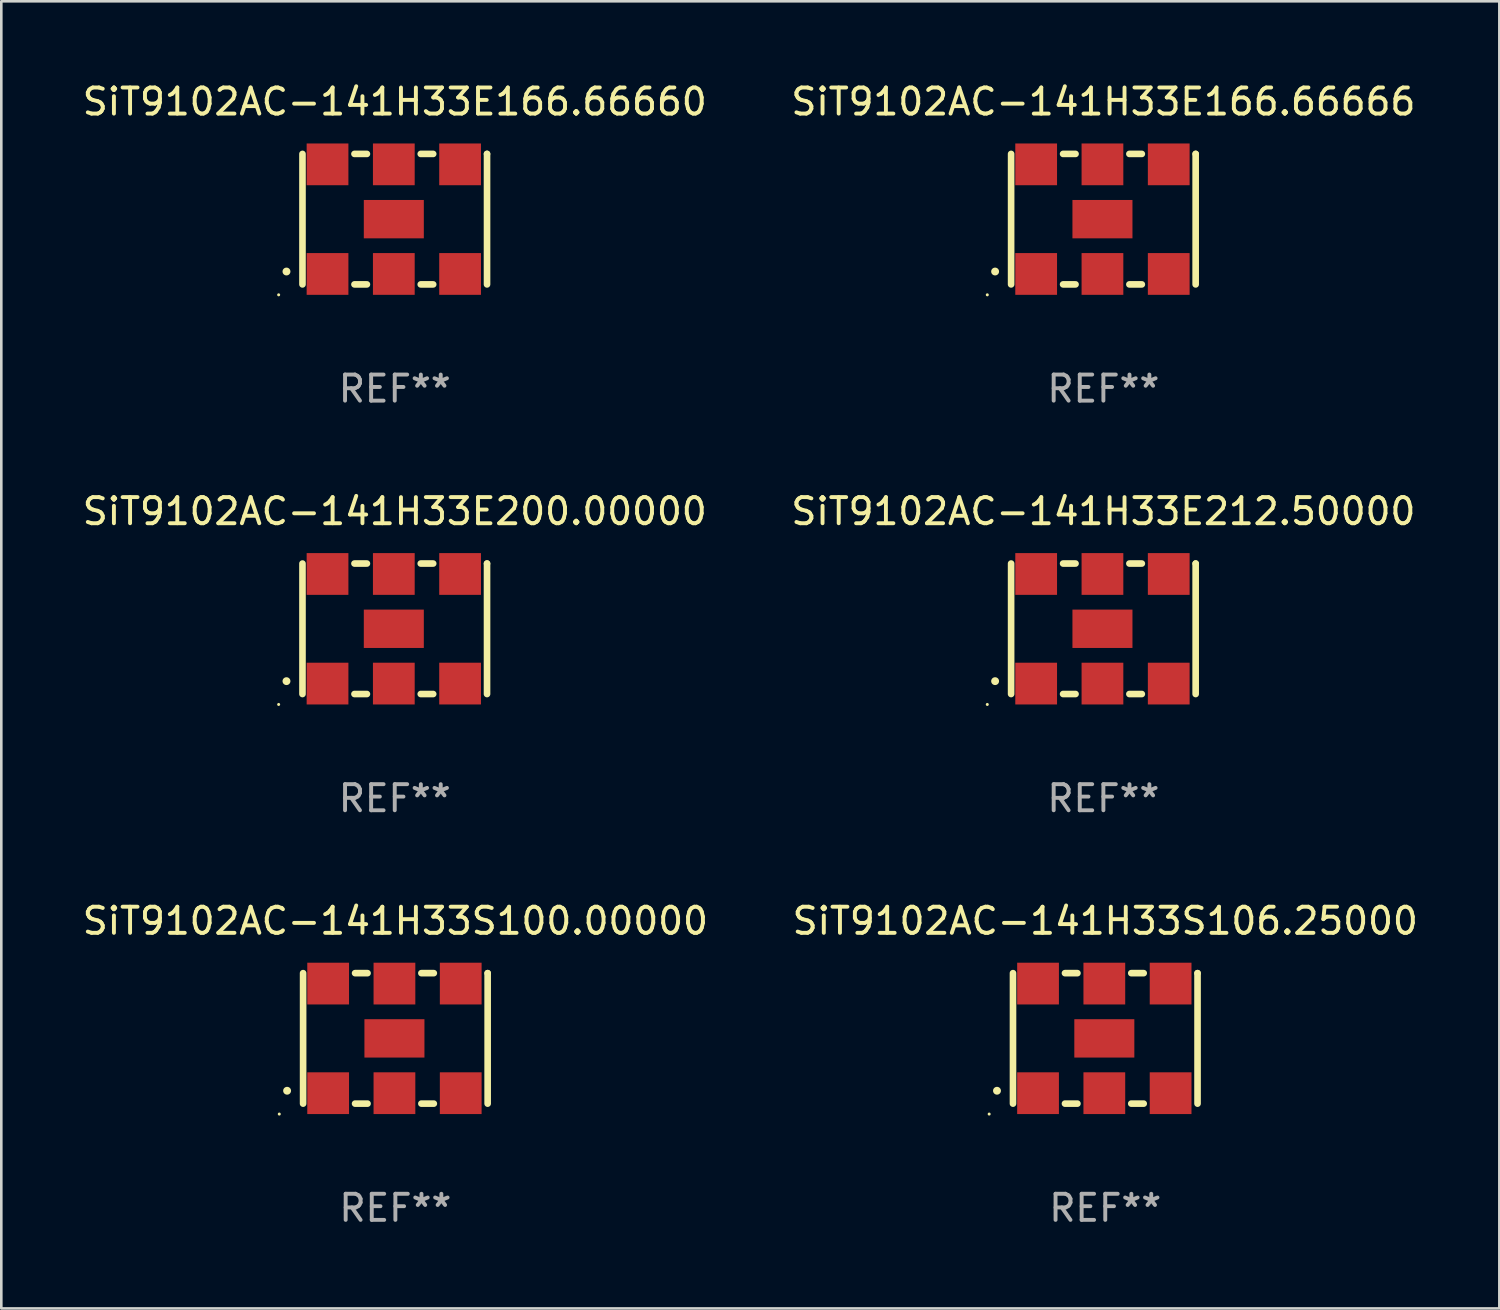
<source format=kicad_pcb>
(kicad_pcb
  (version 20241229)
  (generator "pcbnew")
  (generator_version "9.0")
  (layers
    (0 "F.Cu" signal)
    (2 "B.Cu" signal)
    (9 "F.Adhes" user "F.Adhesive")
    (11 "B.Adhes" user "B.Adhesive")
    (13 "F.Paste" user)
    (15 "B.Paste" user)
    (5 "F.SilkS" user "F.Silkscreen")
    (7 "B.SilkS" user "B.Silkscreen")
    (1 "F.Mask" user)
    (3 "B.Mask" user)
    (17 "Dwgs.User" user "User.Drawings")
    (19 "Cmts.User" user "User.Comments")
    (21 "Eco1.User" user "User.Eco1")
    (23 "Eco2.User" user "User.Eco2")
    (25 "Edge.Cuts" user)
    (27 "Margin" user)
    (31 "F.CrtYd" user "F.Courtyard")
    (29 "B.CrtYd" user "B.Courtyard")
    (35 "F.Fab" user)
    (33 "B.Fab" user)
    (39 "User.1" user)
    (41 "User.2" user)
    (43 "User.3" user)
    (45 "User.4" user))
  (footprint "SiT9102AC-141H33E212.50000"
    (layer "F.Cu")
    (at 39.232 21.045)
    (property "Reference" "SiT9102AC-141H33E212.50000" (at 0 -4.5 0) (layer "F.SilkS") (effects (font (size 1 1) (thickness 0.15))))
    (attr through_hole)
    (fp_line (start -3.536 -2.5) (end -3.536 2.5) (stroke (width 0.254) (type solid)) (layer "F.SilkS"))
    (fp_line (start -1.544 2.5) (end -1.067 2.5) (stroke (width 0.254) (type solid)) (layer "F.SilkS"))
    (fp_line (start -1.067 -2.5) (end -1.544 -2.5) (stroke (width 0.254) (type solid)) (layer "F.SilkS"))
    (fp_line (start 0.996 2.5) (end 1.473 2.5) (stroke (width 0.254) (type solid)) (layer "F.SilkS"))
    (fp_line (start 1.473 -2.5) (end 0.996 -2.5) (stroke (width 0.254) (type solid)) (layer "F.SilkS"))
    (fp_line (start 3.536 -2.5) (end 3.536 -2.5) (stroke (width 0.254) (type solid)) (layer "F.SilkS"))
    (fp_line (start 3.536 2.5) (end 3.536 -2.5) (stroke (width 0.254) (type solid)) (layer "F.SilkS"))
    (fp_arc (start -4.150432 2.006604) (mid -4.149162 2.006599) (end -4.147892 2.006604) (stroke (width 0.3) (type solid)) (layer "F.SilkS"))
    (fp_circle (center -4.449 2.9) (end -4.419 2.9) (stroke (width 0.06) (type solid)) (fill no) (layer "F.SilkS"))
    (fp_text user "REF**" (at 0 6.5 0) (layer "F.Fab") (effects (font (size 1 1) (thickness 0.15))))
    (pad "1" smd rect (at -2.576 2.1) (size 1.6 1.6) (layers "F.Cu" "F.Mask" "F.Paste"))
    (pad "2" smd rect (at -0.036 2.1) (size 1.6 1.6) (layers "F.Cu" "F.Mask" "F.Paste"))
    (pad "3" smd rect (at 2.504 2.1) (size 1.6 1.6) (layers "F.Cu" "F.Mask" "F.Paste"))
    (pad "4" smd rect (at 2.504 -2.1) (size 1.6 1.6) (layers "F.Cu" "F.Mask" "F.Paste"))
    (pad "5" smd rect (at -0.036 -2.1) (size 1.6 1.6) (layers "F.Cu" "F.Mask" "F.Paste"))
    (pad "6" smd rect (at -2.576 -2.1) (size 1.6 1.6) (layers "F.Cu" "F.Mask" "F.Paste"))
    (pad "7" smd rect (at -0.036 0) (size 2.3 1.47) (layers "F.Cu" "F.Mask" "F.Paste")))
  (footprint "SiT9102AC-141H33E200.00000"
    (layer "F.Cu")
    (at 12.077 21.045)
    (property "Reference" "SiT9102AC-141H33E200.00000" (at 0 -4.5 0) (layer "F.SilkS") (effects (font (size 1 1) (thickness 0.15))))
    (attr through_hole)
    (fp_line (start -3.536 -2.5) (end -3.536 2.5) (stroke (width 0.254) (type solid)) (layer "F.SilkS"))
    (fp_line (start -1.544 2.5) (end -1.067 2.5) (stroke (width 0.254) (type solid)) (layer "F.SilkS"))
    (fp_line (start -1.067 -2.5) (end -1.544 -2.5) (stroke (width 0.254) (type solid)) (layer "F.SilkS"))
    (fp_line (start 0.996 2.5) (end 1.473 2.5) (stroke (width 0.254) (type solid)) (layer "F.SilkS"))
    (fp_line (start 1.473 -2.5) (end 0.996 -2.5) (stroke (width 0.254) (type solid)) (layer "F.SilkS"))
    (fp_line (start 3.536 -2.5) (end 3.536 -2.5) (stroke (width 0.254) (type solid)) (layer "F.SilkS"))
    (fp_line (start 3.536 2.5) (end 3.536 -2.5) (stroke (width 0.254) (type solid)) (layer "F.SilkS"))
    (fp_arc (start -4.150432 2.006604) (mid -4.149162 2.006599) (end -4.147892 2.006604) (stroke (width 0.3) (type solid)) (layer "F.SilkS"))
    (fp_circle (center -4.449 2.9) (end -4.419 2.9) (stroke (width 0.06) (type solid)) (fill no) (layer "F.SilkS"))
    (fp_text user "REF**" (at 0 6.5 0) (layer "F.Fab") (effects (font (size 1 1) (thickness 0.15))))
    (pad "1" smd rect (at -2.576 2.1) (size 1.6 1.6) (layers "F.Cu" "F.Mask" "F.Paste"))
    (pad "2" smd rect (at -0.036 2.1) (size 1.6 1.6) (layers "F.Cu" "F.Mask" "F.Paste"))
    (pad "3" smd rect (at 2.504 2.1) (size 1.6 1.6) (layers "F.Cu" "F.Mask" "F.Paste"))
    (pad "4" smd rect (at 2.504 -2.1) (size 1.6 1.6) (layers "F.Cu" "F.Mask" "F.Paste"))
    (pad "5" smd rect (at -0.036 -2.1) (size 1.6 1.6) (layers "F.Cu" "F.Mask" "F.Paste"))
    (pad "6" smd rect (at -2.576 -2.1) (size 1.6 1.6) (layers "F.Cu" "F.Mask" "F.Paste"))
    (pad "7" smd rect (at -0.036 0) (size 2.3 1.47) (layers "F.Cu" "F.Mask" "F.Paste")))
  (footprint "SiT9102AC-141H33S100.00000"
    (layer "F.Cu")
    (at 12.101 36.741)
    (property "Reference" "SiT9102AC-141H33S100.00000" (at 0 -4.5 0) (layer "F.SilkS") (effects (font (size 1 1) (thickness 0.15))))
    (attr through_hole)
    (fp_line (start -3.536 -2.5) (end -3.536 2.5) (stroke (width 0.254) (type solid)) (layer "F.SilkS"))
    (fp_line (start -1.544 2.5) (end -1.067 2.5) (stroke (width 0.254) (type solid)) (layer "F.SilkS"))
    (fp_line (start -1.067 -2.5) (end -1.544 -2.5) (stroke (width 0.254) (type solid)) (layer "F.SilkS"))
    (fp_line (start 0.996 2.5) (end 1.473 2.5) (stroke (width 0.254) (type solid)) (layer "F.SilkS"))
    (fp_line (start 1.473 -2.5) (end 0.996 -2.5) (stroke (width 0.254) (type solid)) (layer "F.SilkS"))
    (fp_line (start 3.536 -2.5) (end 3.536 -2.5) (stroke (width 0.254) (type solid)) (layer "F.SilkS"))
    (fp_line (start 3.536 2.5) (end 3.536 -2.5) (stroke (width 0.254) (type solid)) (layer "F.SilkS"))
    (fp_arc (start -4.150432 2.006604) (mid -4.149162 2.006599) (end -4.147892 2.006604) (stroke (width 0.3) (type solid)) (layer "F.SilkS"))
    (fp_circle (center -4.449 2.9) (end -4.419 2.9) (stroke (width 0.06) (type solid)) (fill no) (layer "F.SilkS"))
    (fp_text user "REF**" (at 0 6.5 0) (layer "F.Fab") (effects (font (size 1 1) (thickness 0.15))))
    (pad "1" smd rect (at -2.576 2.1) (size 1.6 1.6) (layers "F.Cu" "F.Mask" "F.Paste"))
    (pad "2" smd rect (at -0.036 2.1) (size 1.6 1.6) (layers "F.Cu" "F.Mask" "F.Paste"))
    (pad "3" smd rect (at 2.504 2.1) (size 1.6 1.6) (layers "F.Cu" "F.Mask" "F.Paste"))
    (pad "4" smd rect (at 2.504 -2.1) (size 1.6 1.6) (layers "F.Cu" "F.Mask" "F.Paste"))
    (pad "5" smd rect (at -0.036 -2.1) (size 1.6 1.6) (layers "F.Cu" "F.Mask" "F.Paste"))
    (pad "6" smd rect (at -2.576 -2.1) (size 1.6 1.6) (layers "F.Cu" "F.Mask" "F.Paste"))
    (pad "7" smd rect (at -0.036 0) (size 2.3 1.47) (layers "F.Cu" "F.Mask" "F.Paste")))
  (footprint "SiT9102AC-141H33S106.25000"
    (layer "F.Cu")
    (at 39.304 36.741)
    (property "Reference" "SiT9102AC-141H33S106.25000" (at 0 -4.5 0) (layer "F.SilkS") (effects (font (size 1 1) (thickness 0.15))))
    (attr through_hole)
    (fp_line (start -3.536 -2.5) (end -3.536 2.5) (stroke (width 0.254) (type solid)) (layer "F.SilkS"))
    (fp_line (start -1.544 2.5) (end -1.067 2.5) (stroke (width 0.254) (type solid)) (layer "F.SilkS"))
    (fp_line (start -1.067 -2.5) (end -1.544 -2.5) (stroke (width 0.254) (type solid)) (layer "F.SilkS"))
    (fp_line (start 0.996 2.5) (end 1.473 2.5) (stroke (width 0.254) (type solid)) (layer "F.SilkS"))
    (fp_line (start 1.473 -2.5) (end 0.996 -2.5) (stroke (width 0.254) (type solid)) (layer "F.SilkS"))
    (fp_line (start 3.536 -2.5) (end 3.536 -2.5) (stroke (width 0.254) (type solid)) (layer "F.SilkS"))
    (fp_line (start 3.536 2.5) (end 3.536 -2.5) (stroke (width 0.254) (type solid)) (layer "F.SilkS"))
    (fp_arc (start -4.150432 2.006604) (mid -4.149162 2.006599) (end -4.147892 2.006604) (stroke (width 0.3) (type solid)) (layer "F.SilkS"))
    (fp_circle (center -4.449 2.9) (end -4.419 2.9) (stroke (width 0.06) (type solid)) (fill no) (layer "F.SilkS"))
    (fp_text user "REF**" (at 0 6.5 0) (layer "F.Fab") (effects (font (size 1 1) (thickness 0.15))))
    (pad "1" smd rect (at -2.576 2.1) (size 1.6 1.6) (layers "F.Cu" "F.Mask" "F.Paste"))
    (pad "2" smd rect (at -0.036 2.1) (size 1.6 1.6) (layers "F.Cu" "F.Mask" "F.Paste"))
    (pad "3" smd rect (at 2.504 2.1) (size 1.6 1.6) (layers "F.Cu" "F.Mask" "F.Paste"))
    (pad "4" smd rect (at 2.504 -2.1) (size 1.6 1.6) (layers "F.Cu" "F.Mask" "F.Paste"))
    (pad "5" smd rect (at -0.036 -2.1) (size 1.6 1.6) (layers "F.Cu" "F.Mask" "F.Paste"))
    (pad "6" smd rect (at -2.576 -2.1) (size 1.6 1.6) (layers "F.Cu" "F.Mask" "F.Paste"))
    (pad "7" smd rect (at -0.036 0) (size 2.3 1.47) (layers "F.Cu" "F.Mask" "F.Paste")))
  (footprint "SiT9102AC-141H33E166.66666"
    (layer "F.Cu")
    (at 39.232 5.348)
    (property "Reference" "SiT9102AC-141H33E166.66666" (at 0 -4.5 0) (layer "F.SilkS") (effects (font (size 1 1) (thickness 0.15))))
    (attr through_hole)
    (fp_line (start -3.536 -2.5) (end -3.536 2.5) (stroke (width 0.254) (type solid)) (layer "F.SilkS"))
    (fp_line (start -1.544 2.5) (end -1.067 2.5) (stroke (width 0.254) (type solid)) (layer "F.SilkS"))
    (fp_line (start -1.067 -2.5) (end -1.544 -2.5) (stroke (width 0.254) (type solid)) (layer "F.SilkS"))
    (fp_line (start 0.996 2.5) (end 1.473 2.5) (stroke (width 0.254) (type solid)) (layer "F.SilkS"))
    (fp_line (start 1.473 -2.5) (end 0.996 -2.5) (stroke (width 0.254) (type solid)) (layer "F.SilkS"))
    (fp_line (start 3.536 -2.5) (end 3.536 -2.5) (stroke (width 0.254) (type solid)) (layer "F.SilkS"))
    (fp_line (start 3.536 2.5) (end 3.536 -2.5) (stroke (width 0.254) (type solid)) (layer "F.SilkS"))
    (fp_arc (start -4.150432 2.006604) (mid -4.149162 2.006599) (end -4.147892 2.006604) (stroke (width 0.3) (type solid)) (layer "F.SilkS"))
    (fp_circle (center -4.449 2.9) (end -4.419 2.9) (stroke (width 0.06) (type solid)) (fill no) (layer "F.SilkS"))
    (fp_text user "REF**" (at 0 6.5 0) (layer "F.Fab") (effects (font (size 1 1) (thickness 0.15))))
    (pad "1" smd rect (at -2.576 2.1) (size 1.6 1.6) (layers "F.Cu" "F.Mask" "F.Paste"))
    (pad "2" smd rect (at -0.036 2.1) (size 1.6 1.6) (layers "F.Cu" "F.Mask" "F.Paste"))
    (pad "3" smd rect (at 2.504 2.1) (size 1.6 1.6) (layers "F.Cu" "F.Mask" "F.Paste"))
    (pad "4" smd rect (at 2.504 -2.1) (size 1.6 1.6) (layers "F.Cu" "F.Mask" "F.Paste"))
    (pad "5" smd rect (at -0.036 -2.1) (size 1.6 1.6) (layers "F.Cu" "F.Mask" "F.Paste"))
    (pad "6" smd rect (at -2.576 -2.1) (size 1.6 1.6) (layers "F.Cu" "F.Mask" "F.Paste"))
    (pad "7" smd rect (at -0.036 0) (size 2.3 1.47) (layers "F.Cu" "F.Mask" "F.Paste")))
  (footprint "SiT9102AC-141H33E166.66660"
    (layer "F.Cu")
    (at 12.077 5.348)
    (property "Reference" "SiT9102AC-141H33E166.66660" (at 0 -4.5 0) (layer "F.SilkS") (effects (font (size 1 1) (thickness 0.15))))
    (attr through_hole)
    (fp_line (start -3.536 -2.5) (end -3.536 2.5) (stroke (width 0.254) (type solid)) (layer "F.SilkS"))
    (fp_line (start -1.544 2.5) (end -1.067 2.5) (stroke (width 0.254) (type solid)) (layer "F.SilkS"))
    (fp_line (start -1.067 -2.5) (end -1.544 -2.5) (stroke (width 0.254) (type solid)) (layer "F.SilkS"))
    (fp_line (start 0.996 2.5) (end 1.473 2.5) (stroke (width 0.254) (type solid)) (layer "F.SilkS"))
    (fp_line (start 1.473 -2.5) (end 0.996 -2.5) (stroke (width 0.254) (type solid)) (layer "F.SilkS"))
    (fp_line (start 3.536 -2.5) (end 3.536 -2.5) (stroke (width 0.254) (type solid)) (layer "F.SilkS"))
    (fp_line (start 3.536 2.5) (end 3.536 -2.5) (stroke (width 0.254) (type solid)) (layer "F.SilkS"))
    (fp_arc (start -4.150432 2.006604) (mid -4.149162 2.006599) (end -4.147892 2.006604) (stroke (width 0.3) (type solid)) (layer "F.SilkS"))
    (fp_circle (center -4.449 2.9) (end -4.419 2.9) (stroke (width 0.06) (type solid)) (fill no) (layer "F.SilkS"))
    (fp_text user "REF**" (at 0 6.5 0) (layer "F.Fab") (effects (font (size 1 1) (thickness 0.15))))
    (pad "1" smd rect (at -2.576 2.1) (size 1.6 1.6) (layers "F.Cu" "F.Mask" "F.Paste"))
    (pad "2" smd rect (at -0.036 2.1) (size 1.6 1.6) (layers "F.Cu" "F.Mask" "F.Paste"))
    (pad "3" smd rect (at 2.504 2.1) (size 1.6 1.6) (layers "F.Cu" "F.Mask" "F.Paste"))
    (pad "4" smd rect (at 2.504 -2.1) (size 1.6 1.6) (layers "F.Cu" "F.Mask" "F.Paste"))
    (pad "5" smd rect (at -0.036 -2.1) (size 1.6 1.6) (layers "F.Cu" "F.Mask" "F.Paste"))
    (pad "6" smd rect (at -2.576 -2.1) (size 1.6 1.6) (layers "F.Cu" "F.Mask" "F.Paste"))
    (pad "7" smd rect (at -0.036 0) (size 2.3 1.47) (layers "F.Cu" "F.Mask" "F.Paste")))
  (gr_rect
    (start -3 -3)
    (end 54.405 47.09)
    (stroke (width 0.1) (type default))
    (fill no)
    (layer "Edge.Cuts")))
</source>
